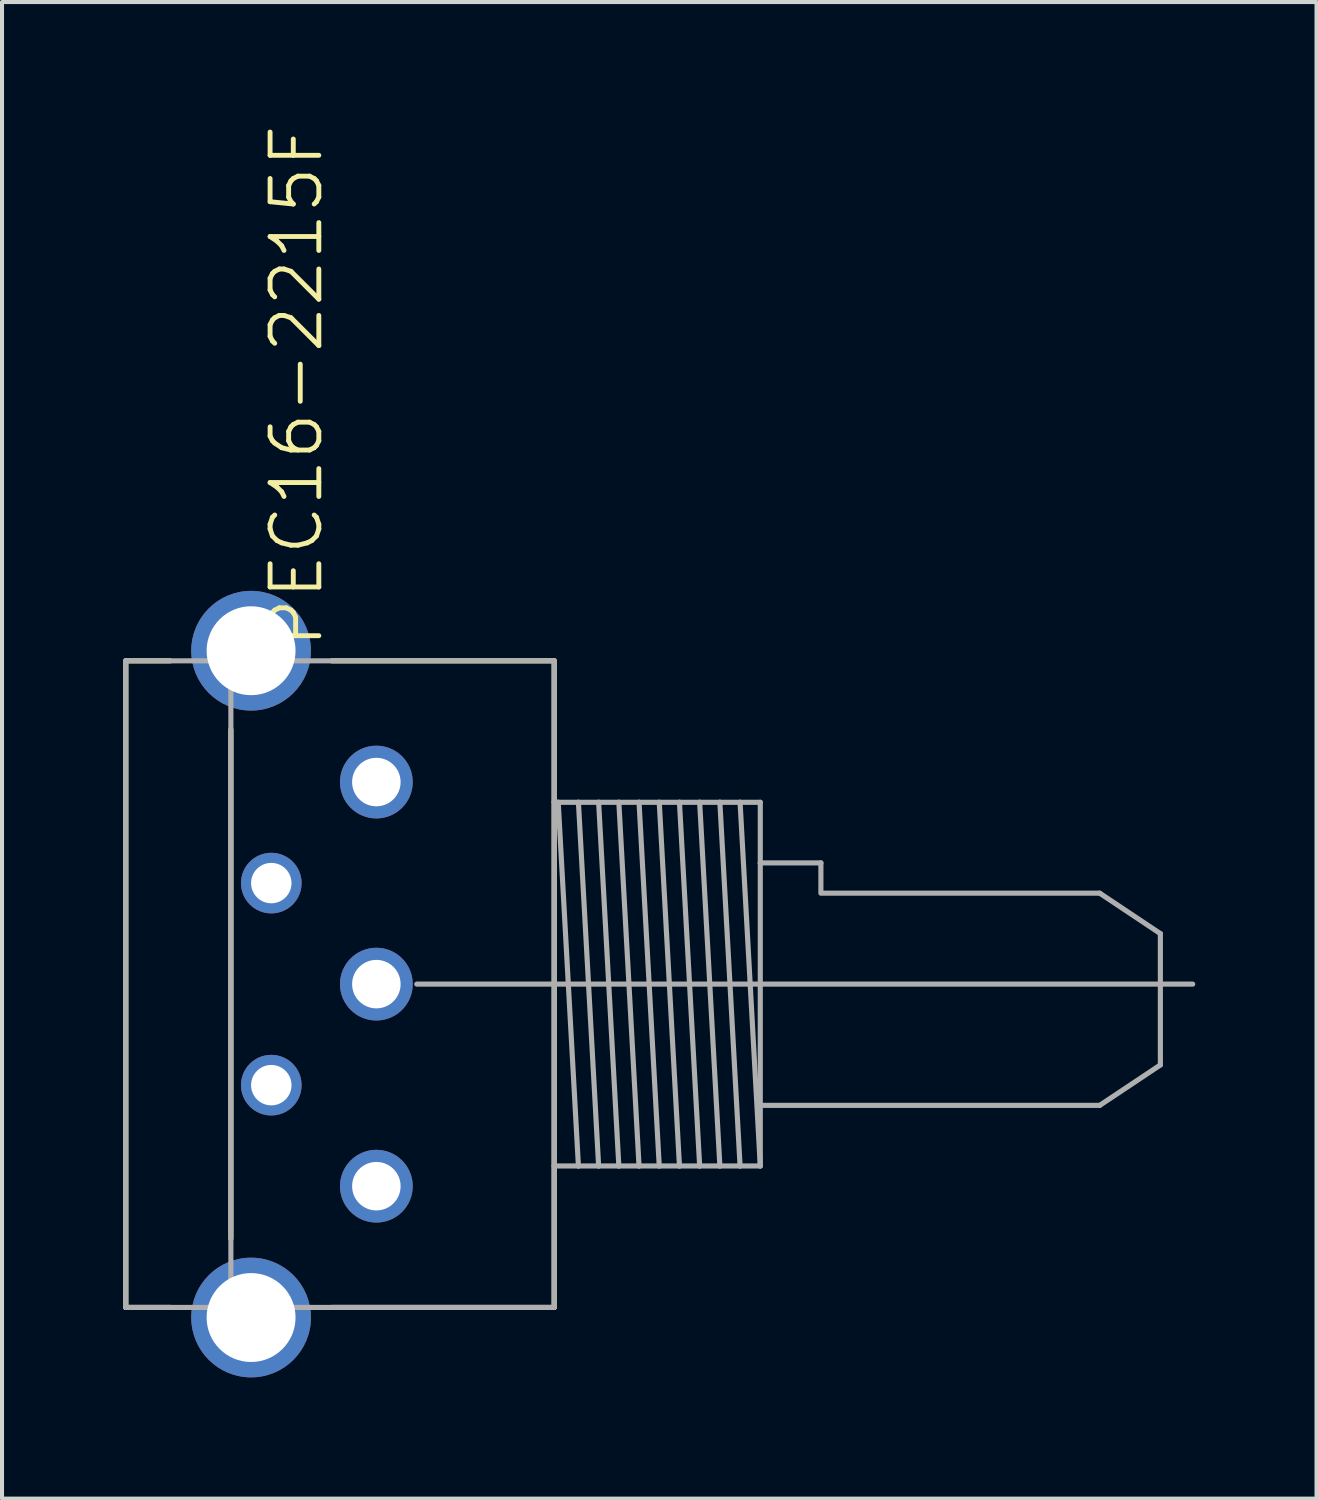
<source format=kicad_pcb>
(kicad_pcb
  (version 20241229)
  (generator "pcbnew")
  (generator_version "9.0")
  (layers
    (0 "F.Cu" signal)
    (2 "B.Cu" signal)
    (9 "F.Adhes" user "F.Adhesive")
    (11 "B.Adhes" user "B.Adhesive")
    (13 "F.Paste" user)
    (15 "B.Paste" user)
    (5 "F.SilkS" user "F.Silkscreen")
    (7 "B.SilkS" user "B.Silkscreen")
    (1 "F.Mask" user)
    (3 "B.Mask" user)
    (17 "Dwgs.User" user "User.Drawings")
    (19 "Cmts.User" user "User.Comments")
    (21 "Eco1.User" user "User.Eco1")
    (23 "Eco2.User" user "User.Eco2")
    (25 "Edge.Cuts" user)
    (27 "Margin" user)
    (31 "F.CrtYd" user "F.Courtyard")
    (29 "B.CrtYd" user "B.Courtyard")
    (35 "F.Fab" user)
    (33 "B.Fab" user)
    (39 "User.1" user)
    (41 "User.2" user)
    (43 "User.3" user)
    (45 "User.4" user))
  (footprint "PEC16-2215F"
    (layer "F.Cu")
    (at 6.263 21.302)
    (property "Reference" "PEC16-2215F" (at -1.27 -8.255 90) (layer "F.SilkS") (effects (font (size 1.206 1.206) (thickness 0.121)) (justify left bottom)))
    (attr through_hole)
    (fp_line (start -6.2 -8) (end -6.2 8) (stroke (width 0.127) (type solid)) (layer "F.SilkS"))
    (fp_line (start -6.2 -8) (end -5.1 -8) (stroke (width 0.127) (type solid)) (layer "F.SilkS"))
    (fp_line (start -6.2 8) (end -5.1 8) (stroke (width 0.127) (type solid)) (layer "F.SilkS"))
    (fp_line (start -3.6 -6.3) (end -3.6 6.3) (stroke (width 0.127) (type solid)) (layer "F.SilkS"))
    (fp_line (start -1.1 -8) (end 4.4 -8) (stroke (width 0.127) (type solid)) (layer "F.SilkS"))
    (fp_line (start -1.1 8) (end 4.4 8) (stroke (width 0.127) (type solid)) (layer "F.SilkS"))
    (fp_line (start 4.4 -8) (end 4.4 8) (stroke (width 0.127) (type solid)) (layer "F.SilkS"))
    (fp_line (start -6.2 -8) (end -6.2 8) (stroke (width 0.127) (type solid)) (layer "F.Fab"))
    (fp_line (start -6.2 -8) (end -3.6 -8) (stroke (width 0.127) (type solid)) (layer "F.Fab"))
    (fp_line (start -6.2 8) (end -3.6 8) (stroke (width 0.127) (type solid)) (layer "F.Fab"))
    (fp_line (start -3.6 -8) (end -3.6 8) (stroke (width 0.127) (type solid)) (layer "F.Fab"))
    (fp_line (start -3.6 -8) (end 4.4 -8) (stroke (width 0.127) (type solid)) (layer "F.Fab"))
    (fp_line (start -3.6 8) (end 4.4 8) (stroke (width 0.127) (type solid)) (layer "F.Fab"))
    (fp_line (start 1 0) (end 20.2 0) (stroke (width 0.127) (type solid)) (layer "F.Fab"))
    (fp_line (start 4.4 -8) (end 4.4 -4.5) (stroke (width 0.127) (type solid)) (layer "F.Fab"))
    (fp_line (start 4.4 -4.5) (end 4.4 4.5) (stroke (width 0.127) (type solid)) (layer "F.Fab"))
    (fp_line (start 4.4 -4.5) (end 4.5 -4.5) (stroke (width 0.127) (type solid)) (layer "F.Fab"))
    (fp_line (start 4.4 4.5) (end 4.4 8) (stroke (width 0.127) (type solid)) (layer "F.Fab"))
    (fp_line (start 4.4 4.5) (end 5 4.5) (stroke (width 0.127) (type solid)) (layer "F.Fab"))
    (fp_line (start 4.5 -4.5) (end 5 -4.5) (stroke (width 0.127) (type solid)) (layer "F.Fab"))
    (fp_line (start 4.5 -4.5) (end 5 4.5) (stroke (width 0.127) (type solid)) (layer "F.Fab"))
    (fp_line (start 5 -4.5) (end 5.5 -4.5) (stroke (width 0.127) (type solid)) (layer "F.Fab"))
    (fp_line (start 5 -4.5) (end 5.5 4.5) (stroke (width 0.127) (type solid)) (layer "F.Fab"))
    (fp_line (start 5 4.5) (end 5.5 4.5) (stroke (width 0.127) (type solid)) (layer "F.Fab"))
    (fp_line (start 5.5 -4.5) (end 6 -4.5) (stroke (width 0.127) (type solid)) (layer "F.Fab"))
    (fp_line (start 5.5 -4.5) (end 6 4.5) (stroke (width 0.127) (type solid)) (layer "F.Fab"))
    (fp_line (start 5.5 4.5) (end 6 4.5) (stroke (width 0.127) (type solid)) (layer "F.Fab"))
    (fp_line (start 6 -4.5) (end 6.5 -4.5) (stroke (width 0.127) (type solid)) (layer "F.Fab"))
    (fp_line (start 6 -4.5) (end 6.5 4.5) (stroke (width 0.127) (type solid)) (layer "F.Fab"))
    (fp_line (start 6 4.5) (end 6.5 4.5) (stroke (width 0.127) (type solid)) (layer "F.Fab"))
    (fp_line (start 6.5 -4.5) (end 7 -4.5) (stroke (width 0.127) (type solid)) (layer "F.Fab"))
    (fp_line (start 6.5 -4.5) (end 7 4.5) (stroke (width 0.127) (type solid)) (layer "F.Fab"))
    (fp_line (start 6.5 4.5) (end 7 4.5) (stroke (width 0.127) (type solid)) (layer "F.Fab"))
    (fp_line (start 7 -4.5) (end 7.5 -4.5) (stroke (width 0.127) (type solid)) (layer "F.Fab"))
    (fp_line (start 7 -4.5) (end 7.5 4.5) (stroke (width 0.127) (type solid)) (layer "F.Fab"))
    (fp_line (start 7 4.5) (end 7.5 4.5) (stroke (width 0.127) (type solid)) (layer "F.Fab"))
    (fp_line (start 7.5 -4.5) (end 8 -4.5) (stroke (width 0.127) (type solid)) (layer "F.Fab"))
    (fp_line (start 7.5 -4.5) (end 8 4.5) (stroke (width 0.127) (type solid)) (layer "F.Fab"))
    (fp_line (start 7.5 4.5) (end 8 4.5) (stroke (width 0.127) (type solid)) (layer "F.Fab"))
    (fp_line (start 8 -4.5) (end 8.5 -4.5) (stroke (width 0.127) (type solid)) (layer "F.Fab"))
    (fp_line (start 8 -4.5) (end 8.5 4.5) (stroke (width 0.127) (type solid)) (layer "F.Fab"))
    (fp_line (start 8 4.5) (end 8.5 4.5) (stroke (width 0.127) (type solid)) (layer "F.Fab"))
    (fp_line (start 8.5 -4.5) (end 9 -4.5) (stroke (width 0.127) (type solid)) (layer "F.Fab"))
    (fp_line (start 8.5 -4.5) (end 9 4.5) (stroke (width 0.127) (type solid)) (layer "F.Fab"))
    (fp_line (start 8.5 4.5) (end 9 4.5) (stroke (width 0.127) (type solid)) (layer "F.Fab"))
    (fp_line (start 9 -4.5) (end 9.5 -4.5) (stroke (width 0.127) (type solid)) (layer "F.Fab"))
    (fp_line (start 9 -4.5) (end 9.5 4.5) (stroke (width 0.127) (type solid)) (layer "F.Fab"))
    (fp_line (start 9 4.5) (end 9.5 4.5) (stroke (width 0.127) (type solid)) (layer "F.Fab"))
    (fp_line (start 9.5 -4.5) (end 9.5 -3) (stroke (width 0.127) (type solid)) (layer "F.Fab"))
    (fp_line (start 9.5 -3) (end 9.5 3) (stroke (width 0.127) (type solid)) (layer "F.Fab"))
    (fp_line (start 9.5 3) (end 9.5 4.5) (stroke (width 0.127) (type solid)) (layer "F.Fab"))
    (fp_line (start 11 -3) (end 9.5 -3) (stroke (width 0.127) (type solid)) (layer "F.Fab"))
    (fp_line (start 11 -2.3) (end 11 -3) (stroke (width 0.127) (type solid)) (layer "F.Fab"))
    (fp_line (start 17.9 -2.25) (end 11 -2.25) (stroke (width 0.127) (type solid)) (layer "F.Fab"))
    (fp_line (start 17.9 3) (end 9.5 3) (stroke (width 0.127) (type solid)) (layer "F.Fab"))
    (fp_line (start 19.4 -1.25) (end 17.9 -2.25) (stroke (width 0.127) (type solid)) (layer "F.Fab"))
    (fp_line (start 19.4 -1.25) (end 19.4 2) (stroke (width 0.127) (type solid)) (layer "F.Fab"))
    (fp_line (start 19.4 2) (end 17.9 3) (stroke (width 0.127) (type solid)) (layer "F.Fab"))
    (pad "A" thru_hole circle (at 0 -5) (size 1.8 1.8) (drill 1.2) (layers "*.Cu" "*.Mask"))
    (pad "B" thru_hole circle (at 0 0) (size 1.8 1.8) (drill 1.2) (layers "*.Cu" "*.Mask"))
    (pad "C" thru_hole circle (at 0 5) (size 1.8 1.8) (drill 1.2) (layers "*.Cu" "*.Mask"))
    (pad "D" thru_hole circle (at -2.6 2.5) (size 1.5 1.5) (drill 1) (layers "*.Cu" "*.Mask"))
    (pad "E" thru_hole circle (at -2.6 -2.5) (size 1.5 1.5) (drill 1) (layers "*.Cu" "*.Mask"))
    (pad "GND1" thru_hole circle (at -3.1 -8.25) (size 2.962 2.962) (drill 2.2) (layers "*.Cu" "*.Mask"))
    (pad "GND2" thru_hole circle (at -3.1 8.25) (size 2.962 2.962) (drill 2.2) (layers "*.Cu" "*.Mask")))
  (gr_rect
    (start -3 -3)
    (end 29.527 34.033)
    (stroke (width 0.1) (type default))
    (fill no)
    (layer "Edge.Cuts")))
</source>
